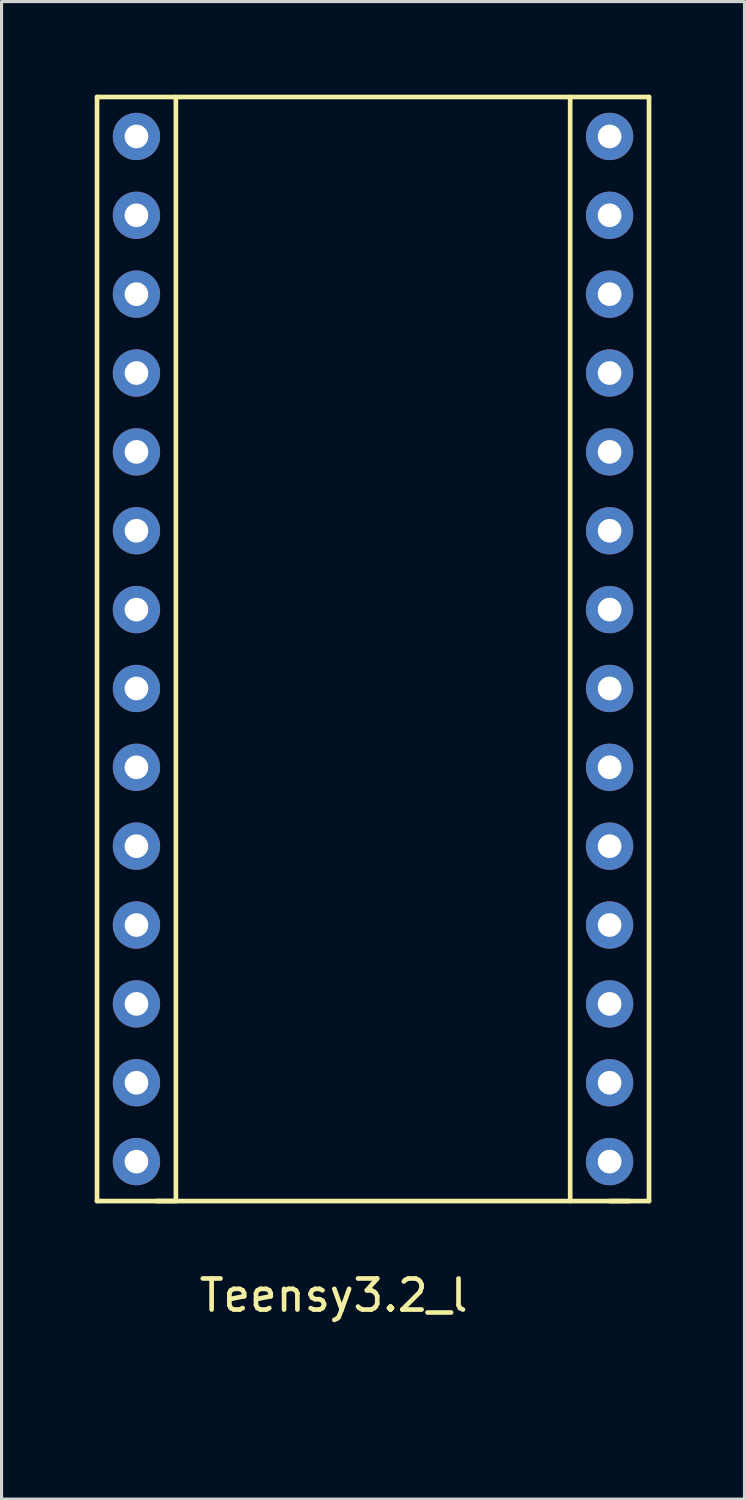
<source format=kicad_pcb>
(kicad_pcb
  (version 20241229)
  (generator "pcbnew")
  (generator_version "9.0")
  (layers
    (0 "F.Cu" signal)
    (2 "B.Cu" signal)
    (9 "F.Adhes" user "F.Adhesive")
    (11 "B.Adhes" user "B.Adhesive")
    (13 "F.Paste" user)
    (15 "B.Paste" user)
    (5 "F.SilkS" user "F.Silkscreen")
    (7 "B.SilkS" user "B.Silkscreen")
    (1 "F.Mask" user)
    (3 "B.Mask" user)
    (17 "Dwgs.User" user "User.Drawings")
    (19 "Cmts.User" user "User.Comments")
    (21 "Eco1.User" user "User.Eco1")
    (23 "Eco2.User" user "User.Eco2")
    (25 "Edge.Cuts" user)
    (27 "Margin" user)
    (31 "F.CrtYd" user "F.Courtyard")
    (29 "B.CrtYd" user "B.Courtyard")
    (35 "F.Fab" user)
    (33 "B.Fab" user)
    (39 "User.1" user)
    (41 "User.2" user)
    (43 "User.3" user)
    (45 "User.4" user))
  (footprint "Teensy3.2_l"
    (layer "F.Cu")
    (at 8.965 41.985)
    (property "Reference" "Teensy3.2_l" (at -1.27 -3.31 0) (layer "F.SilkS") (effects (font (size 1 1) (thickness 0.15))))
    (attr through_hole)
    (fp_line (start -8.89 -41.91) (end 8.89 -41.91) (stroke (width 0.15) (type solid)) (layer "F.SilkS"))
    (fp_line (start -8.89 -6.35) (end -8.89 -41.91) (stroke (width 0.15) (type solid)) (layer "F.SilkS"))
    (fp_line (start -6.35 -41.91) (end -6.35 -6.35) (stroke (width 0.15) (type solid)) (layer "F.SilkS"))
    (fp_line (start -6.35 -6.35) (end -6.985 -6.35) (stroke (width 0.15) (type solid)) (layer "F.SilkS"))
    (fp_line (start 6.35 -6.35) (end 6.35 -41.91) (stroke (width 0.15) (type solid)) (layer "F.SilkS"))
    (fp_line (start 8.255 -6.35) (end -8.89 -6.35) (stroke (width 0.15) (type solid)) (layer "F.SilkS"))
    (fp_line (start 8.89 -41.91) (end 8.89 -6.35) (stroke (width 0.15) (type solid)) (layer "F.SilkS"))
    (fp_line (start 8.89 -6.35) (end 7.62 -6.35) (stroke (width 0.15) (type solid)) (layer "F.SilkS"))
    (pad "0" thru_hole circle (at -7.62 -7.62) (size 1.524 1.524) (drill 0.762) (layers "*.Cu" "*.Mask"))
    (pad "1" thru_hole circle (at -7.62 -10.16) (size 1.524 1.524) (drill 0.762) (layers "*.Cu" "*.Mask"))
    (pad "2" thru_hole circle (at -7.62 -12.7) (size 1.524 1.524) (drill 0.762) (layers "*.Cu" "*.Mask"))
    (pad "3" thru_hole circle (at -7.62 -15.24) (size 1.524 1.524) (drill 0.762) (layers "*.Cu" "*.Mask"))
    (pad "4" thru_hole circle (at -7.62 -17.78) (size 1.524 1.524) (drill 0.762) (layers "*.Cu" "*.Mask"))
    (pad "5" thru_hole circle (at -7.62 -20.32) (size 1.524 1.524) (drill 0.762) (layers "*.Cu" "*.Mask"))
    (pad "6" thru_hole circle (at -7.62 -22.86) (size 1.524 1.524) (drill 0.762) (layers "*.Cu" "*.Mask"))
    (pad "7" thru_hole circle (at -7.62 -25.4) (size 1.524 1.524) (drill 0.762) (layers "*.Cu" "*.Mask"))
    (pad "8" thru_hole circle (at -7.62 -27.94) (size 1.524 1.524) (drill 0.762) (layers "*.Cu" "*.Mask"))
    (pad "9" thru_hole circle (at -7.62 -30.48) (size 1.524 1.524) (drill 0.762) (layers "*.Cu" "*.Mask"))
    (pad "10" thru_hole circle (at -7.62 -33.02) (size 1.524 1.524) (drill 0.762) (layers "*.Cu" "*.Mask"))
    (pad "11" thru_hole circle (at -7.62 -35.56) (size 1.524 1.524) (drill 0.762) (layers "*.Cu" "*.Mask"))
    (pad "12" thru_hole circle (at -7.62 -38.1) (size 1.524 1.524) (drill 0.762) (layers "*.Cu" "*.Mask"))
    (pad "13" thru_hole circle (at -7.62 -40.64) (size 1.524 1.524) (drill 0.762) (layers "*.Cu" "*.Mask"))
    (pad "14" thru_hole circle (at 7.62 -40.64) (size 1.524 1.524) (drill 0.762) (layers "*.Cu" "*.Mask"))
    (pad "15" thru_hole circle (at 7.62 -38.1) (size 1.524 1.524) (drill 0.762) (layers "*.Cu" "*.Mask"))
    (pad "16" thru_hole circle (at 7.62 -35.56) (size 1.524 1.524) (drill 0.762) (layers "*.Cu" "*.Mask"))
    (pad "17" thru_hole circle (at 7.62 -33.02) (size 1.524 1.524) (drill 0.762) (layers "*.Cu" "*.Mask"))
    (pad "18" thru_hole circle (at 7.62 -30.48) (size 1.524 1.524) (drill 0.762) (layers "*.Cu" "*.Mask"))
    (pad "19" thru_hole circle (at 7.62 -27.94) (size 1.524 1.524) (drill 0.762) (layers "*.Cu" "*.Mask"))
    (pad "20" thru_hole circle (at 7.62 -25.4) (size 1.524 1.524) (drill 0.762) (layers "*.Cu" "*.Mask"))
    (pad "21" thru_hole circle (at 7.62 -22.86) (size 1.524 1.524) (drill 0.762) (layers "*.Cu" "*.Mask"))
    (pad "22" thru_hole circle (at 7.62 -20.32) (size 1.524 1.524) (drill 0.762) (layers "*.Cu" "*.Mask"))
    (pad "23" thru_hole circle (at 7.62 -17.78) (size 1.524 1.524) (drill 0.762) (layers "*.Cu" "*.Mask"))
    (pad "24" thru_hole circle (at 7.62 -15.24) (size 1.524 1.524) (drill 0.762) (layers "*.Cu" "*.Mask"))
    (pad "25" thru_hole circle (at 7.62 -12.7) (size 1.524 1.524) (drill 0.762) (layers "*.Cu" "*.Mask"))
    (pad "26" thru_hole circle (at 7.62 -10.16) (size 1.524 1.524) (drill 0.762) (layers "*.Cu" "*.Mask"))
    (pad "27" thru_hole circle (at 7.62 -7.62) (size 1.524 1.524) (drill 0.762) (layers "*.Cu" "*.Mask")))
  (gr_rect
    (start -3 -3)
    (end 20.93 45.235)
    (stroke (width 0.1) (type default))
    (fill no)
    (layer "Edge.Cuts")))
</source>
